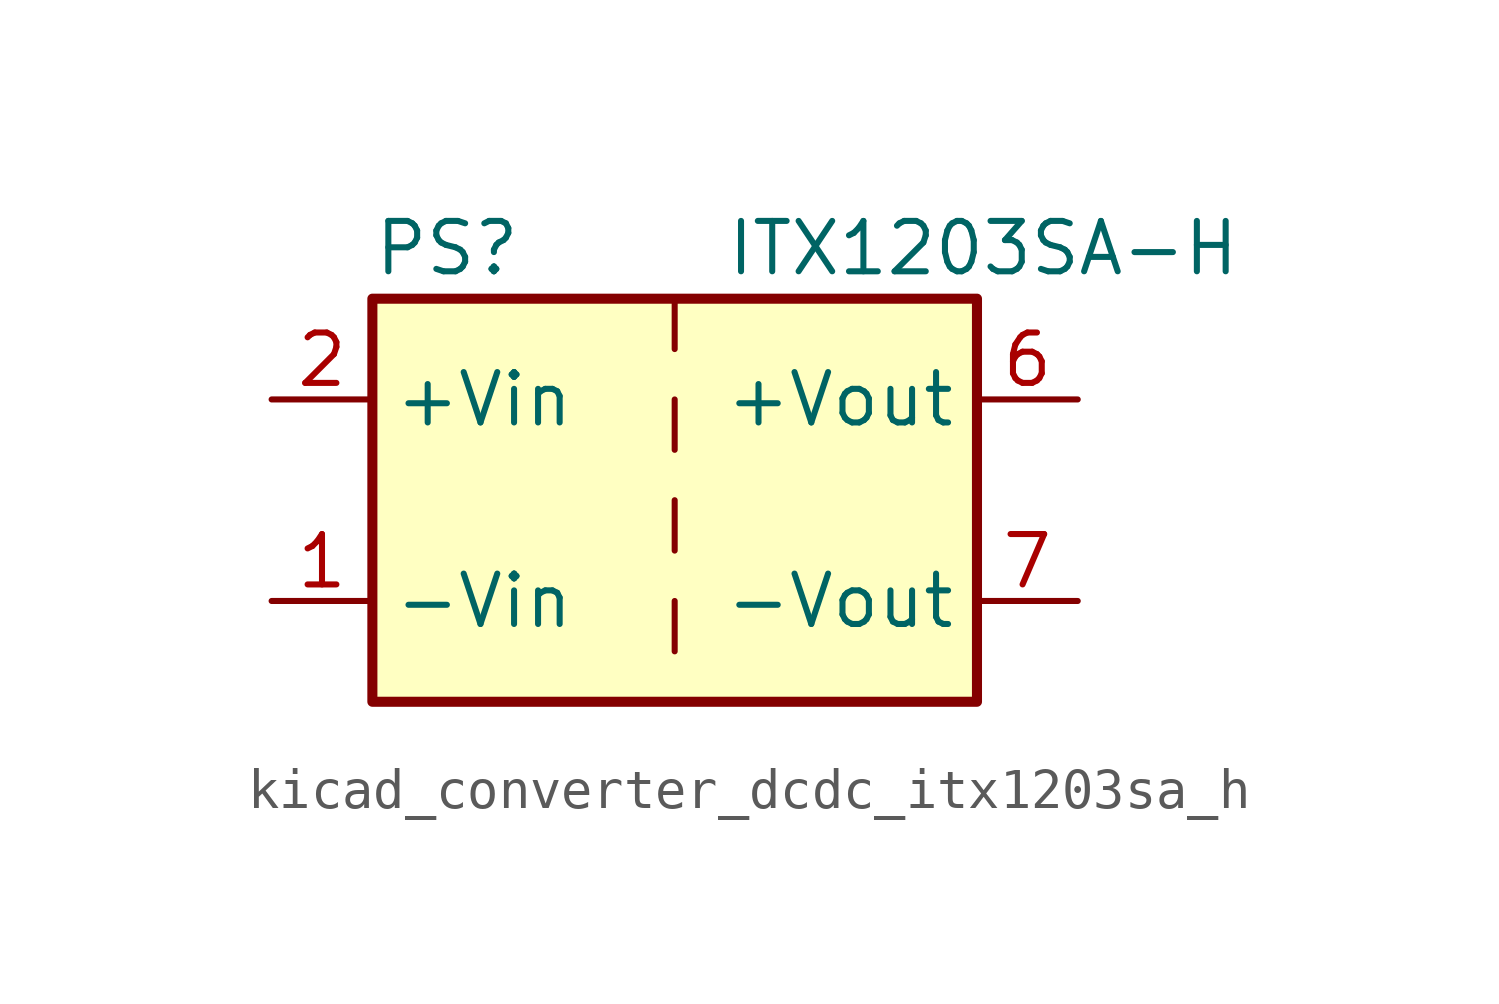
<source format=kicad_sym>
(kicad_symbol_lib
  (version 20220914)
  (generator kicad_symbol_editor)
  (symbol "kicad_converter_dcdc_itx1203sa_h"
    (property "Reference" "PS"
      (at -7.62 6.35 0)
      (effects (font (size 1.27 1.27)) (justify left)))
    (property "Value" "ITX1203SA-H"
      (at 1.27 6.35 0)
      (effects (font (size 1.27 1.27)) (justify left)))
    (symbol "kicad_converter_dcdc_itx1203sa_h_0_0"
      (pin power_in line (at -10.16 -2.54 0) (length 2.54) (name "-Vin" (effects (font (size 1.27 1.27)))) (number "1" (effects (font (size 1.27 1.27)))))
      (pin power_in line (at -10.16 2.54 0) (length 2.54) (name "+Vin" (effects (font (size 1.27 1.27)))) (number "2" (effects (font (size 1.27 1.27)))))
      (pin power_out line (at 10.16 2.54 180) (length 2.54) (name "+Vout" (effects (font (size 1.27 1.27)))) (number "6" (effects (font (size 1.27 1.27)))))
      (pin power_out line (at 10.16 -2.54 180) (length 2.54) (name "-Vout" (effects (font (size 1.27 1.27)))) (number "7" (effects (font (size 1.27 1.27)))))
      (pin no_connect line (at 7.62 0 180) (length 2.54) hide (name "NC" (effects (font (size 1.27 1.27)))) (number "8" (effects (font (size 1.27 1.27))))))
    (symbol "kicad_converter_dcdc_itx1203sa_h_0_1"
      (rectangle (start -7.62 5.08) (end 7.62 -5.08) (stroke (width 0.254) (type default)) (fill (type background)))
      (polyline (pts (xy 0 -2.54) (xy 0 -3.81)) (stroke (width 0) (type default)) (fill (type none)))
      (polyline (pts (xy 0 0) (xy 0 -1.27)) (stroke (width 0) (type default)) (fill (type none)))
      (polyline (pts (xy 0 2.54) (xy 0 1.27)) (stroke (width 0) (type default)) (fill (type none)))
      (polyline (pts (xy 0 5.08) (xy 0 3.81)) (stroke (width 0) (type default)) (fill (type none))))))
</source>
